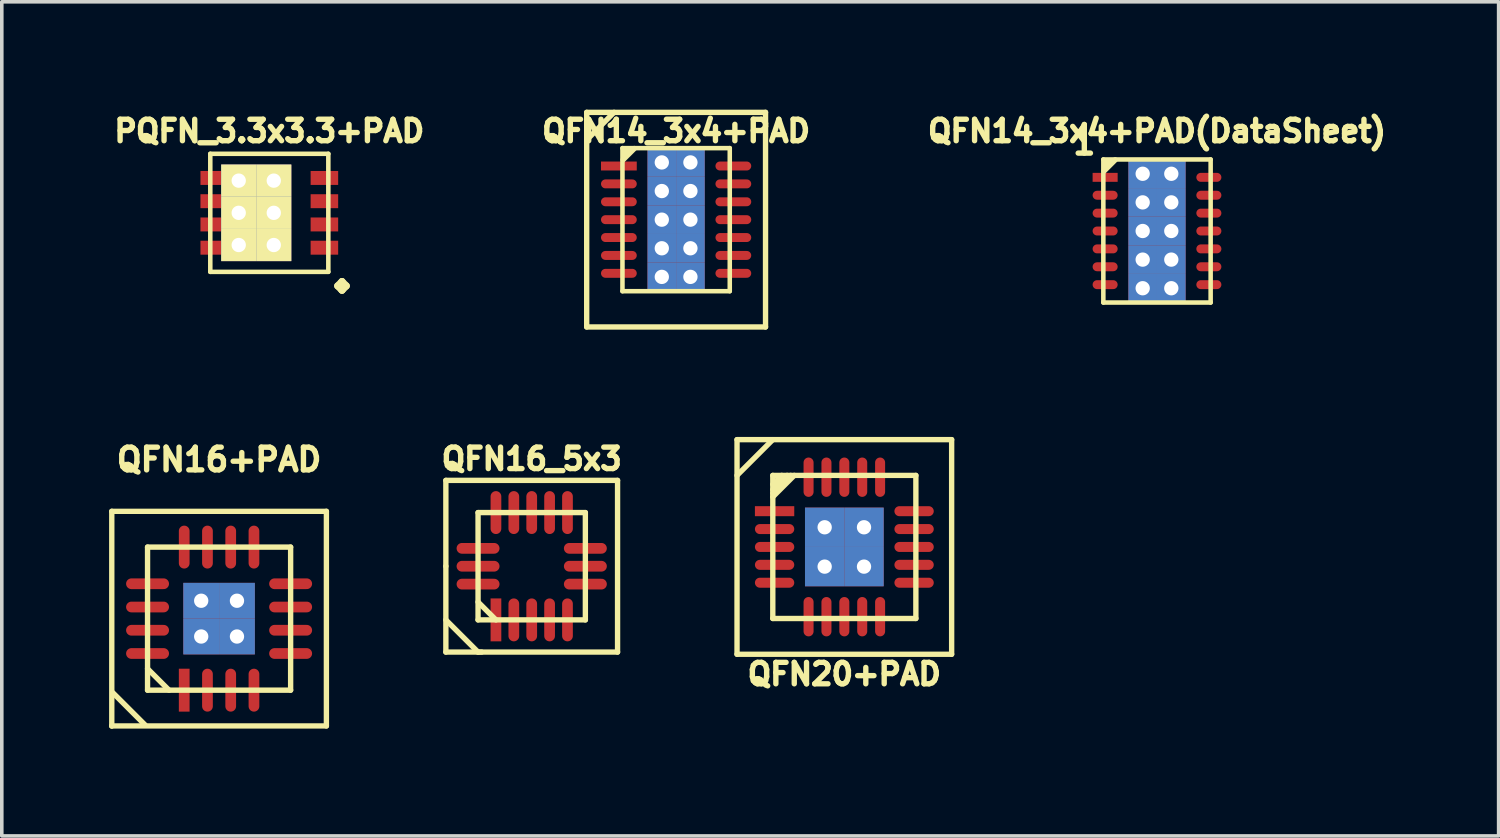
<source format=kicad_pcb>
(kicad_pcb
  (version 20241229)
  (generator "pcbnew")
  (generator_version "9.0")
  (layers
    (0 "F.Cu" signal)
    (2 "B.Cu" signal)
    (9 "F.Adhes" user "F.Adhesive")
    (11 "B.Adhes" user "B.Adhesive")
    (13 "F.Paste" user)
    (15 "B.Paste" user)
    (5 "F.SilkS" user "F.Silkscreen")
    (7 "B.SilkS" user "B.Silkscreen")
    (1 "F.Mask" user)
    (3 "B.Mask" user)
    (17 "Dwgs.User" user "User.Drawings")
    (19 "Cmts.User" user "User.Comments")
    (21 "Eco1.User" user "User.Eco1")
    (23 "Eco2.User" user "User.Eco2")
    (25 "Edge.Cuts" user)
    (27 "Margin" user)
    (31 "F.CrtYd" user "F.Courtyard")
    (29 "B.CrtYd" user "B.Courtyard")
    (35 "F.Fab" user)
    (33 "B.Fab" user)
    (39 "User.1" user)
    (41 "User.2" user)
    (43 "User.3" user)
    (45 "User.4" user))
  (footprint "QFN14_3x4+PAD(DataSheet)"
    (layer "F.Cu")
    (at 29.296 3.408)
    (property "Reference" "QFN14_3x4+PAD(DataSheet)" (at 0 -2.794 0) (layer "F.SilkS") (effects (font (size 0.6 0.6) (thickness 0.15))))
    (attr through_hole)
    (fp_line (start -1.5 -2) (end 1.5 -2) (stroke (width 0.127) (type solid)) (layer "F.SilkS"))
    (fp_line (start -1.5 2) (end -1.5 -2) (stroke (width 0.127) (type solid)) (layer "F.SilkS"))
    (fp_line (start -1.48 -1.678) (end -1.17 -1.988) (stroke (width 0.15) (type solid)) (layer "F.SilkS"))
    (fp_line (start -1.333 -1.968) (end -1.46 -1.841) (stroke (width 0.15) (type solid)) (layer "F.SilkS"))
    (fp_line (start 1.5 -2) (end 1.5 2) (stroke (width 0.127) (type solid)) (layer "F.SilkS"))
    (fp_line (start 1.5 2) (end -1.5 2) (stroke (width 0.127) (type solid)) (layer "F.SilkS"))
    (fp_text user "1" (at -2.032 -2.54 0) (layer "F.SilkS") (effects (font (size 0.8 0.6) (thickness 0.15))))
    (pad "1" smd rect (at -1.45 -1.5) (size 0.7 0.25) (layers "F.Cu" "F.Mask" "F.Paste"))
    (pad "2" smd oval (at -1.45 -1) (size 0.7 0.25) (layers "F.Cu" "F.Mask" "F.Paste"))
    (pad "3" smd oval (at -1.45 -0.5) (size 0.7 0.25) (layers "F.Cu" "F.Mask" "F.Paste"))
    (pad "4" smd oval (at -1.45 0) (size 0.7 0.25) (layers "F.Cu" "F.Mask" "F.Paste"))
    (pad "5" smd oval (at -1.45 0.5) (size 0.7 0.25) (layers "F.Cu" "F.Mask" "F.Paste"))
    (pad "6" smd oval (at -1.45 1) (size 0.7 0.25) (layers "F.Cu" "F.Mask" "F.Paste"))
    (pad "7" smd oval (at -1.45 1.5) (size 0.7 0.25) (layers "F.Cu" "F.Mask" "F.Paste"))
    (pad "8" smd oval (at 1.45 1.5) (size 0.7 0.25) (layers "F.Cu" "F.Mask" "F.Paste"))
    (pad "9" smd oval (at 1.45 1) (size 0.7 0.25) (layers "F.Cu" "F.Mask" "F.Paste"))
    (pad "10" smd oval (at 1.45 0.5) (size 0.7 0.25) (layers "F.Cu" "F.Mask" "F.Paste"))
    (pad "11" smd oval (at 1.45 0) (size 0.7 0.25) (layers "F.Cu" "F.Mask" "F.Paste"))
    (pad "12" smd oval (at 1.45 -0.5) (size 0.7 0.25) (layers "F.Cu" "F.Mask" "F.Paste"))
    (pad "13" smd oval (at 1.45 -1) (size 0.7 0.25) (layers "F.Cu" "F.Mask" "F.Paste"))
    (pad "14" smd oval (at 1.45 -1.5) (size 0.7 0.25) (layers "F.Cu" "F.Mask" "F.Paste"))
    (pad "PAD" thru_hole rect (at -0.4 -1.6) (size 0.8 0.8) (drill 0.4) (layers "*.Cu" "F.Mask" "F.Paste"))
    (pad "PAD" thru_hole rect (at -0.4 -0.8) (size 0.8 0.8) (drill 0.4) (layers "*.Cu" "F.Mask" "F.Paste"))
    (pad "PAD" thru_hole rect (at -0.4 0) (size 0.8 0.8) (drill 0.4) (layers "*.Cu" "F.Mask" "F.Paste"))
    (pad "PAD" thru_hole rect (at -0.4 0.8) (size 0.8 0.8) (drill 0.4) (layers "*.Cu" "F.Mask" "F.Paste"))
    (pad "PAD" thru_hole rect (at -0.4 1.6) (size 0.8 0.8) (drill 0.4) (layers "*.Cu" "F.Mask" "F.Paste"))
    (pad "PAD" thru_hole rect (at 0.4 -1.6) (size 0.8 0.8) (drill 0.4) (layers "*.Cu" "F.Mask" "F.Paste"))
    (pad "PAD" thru_hole rect (at 0.4 -0.8) (size 0.8 0.8) (drill 0.4) (layers "*.Cu" "F.Mask" "F.Paste"))
    (pad "PAD" thru_hole rect (at 0.4 0) (size 0.8 0.8) (drill 0.4) (layers "*.Cu" "F.Mask" "F.Paste"))
    (pad "PAD" thru_hole rect (at 0.4 0.8) (size 0.8 0.8) (drill 0.4) (layers "*.Cu" "F.Mask" "F.Paste"))
    (pad "PAD" thru_hole rect (at 0.4 1.6) (size 0.8 0.8) (drill 0.4) (layers "*.Cu" "F.Mask" "F.Paste")))
  (footprint "QFN14_3x4+PAD"
    (layer "F.Cu")
    (at 15.852 3.091)
    (property "Reference" "QFN14_3x4+PAD" (at 0 -2.477 0) (layer "F.SilkS") (effects (font (size 0.6 0.6) (thickness 0.15))))
    (attr through_hole)
    (fp_line (start -2.5 -3) (end -2.5 3) (stroke (width 0.15) (type solid)) (layer "F.SilkS"))
    (fp_line (start -2.5 -2.228) (end -1.735 -3) (stroke (width 0.15) (type solid)) (layer "F.SilkS"))
    (fp_line (start -1.5 -2) (end 1.5 -2) (stroke (width 0.127) (type solid)) (layer "F.SilkS"))
    (fp_line (start -1.5 2) (end -1.5 -2) (stroke (width 0.127) (type solid)) (layer "F.SilkS"))
    (fp_line (start -1.48 -1.678) (end -1.17 -1.988) (stroke (width 0.15) (type solid)) (layer "F.SilkS"))
    (fp_line (start -1.333 -1.968) (end -1.46 -1.841) (stroke (width 0.15) (type solid)) (layer "F.SilkS"))
    (fp_line (start 1.5 -2) (end 1.5 2) (stroke (width 0.127) (type solid)) (layer "F.SilkS"))
    (fp_line (start 1.5 2) (end -1.5 2) (stroke (width 0.127) (type solid)) (layer "F.SilkS"))
    (fp_line (start 2.5 -3) (end -2.5 -3) (stroke (width 0.15) (type solid)) (layer "F.SilkS"))
    (fp_line (start 2.5 -3) (end 2.5 3) (stroke (width 0.15) (type solid)) (layer "F.SilkS"))
    (fp_line (start 2.5 3) (end -2.5 3) (stroke (width 0.15) (type solid)) (layer "F.SilkS"))
    (pad "1" smd rect (at -1.6 -1.5) (size 1 0.25) (layers "F.Cu" "F.Mask" "F.Paste"))
    (pad "2" smd oval (at -1.6 -1) (size 1 0.25) (layers "F.Cu" "F.Mask" "F.Paste"))
    (pad "3" smd oval (at -1.6 -0.5) (size 1 0.25) (layers "F.Cu" "F.Mask" "F.Paste"))
    (pad "4" smd oval (at -1.6 0) (size 1 0.25) (layers "F.Cu" "F.Mask" "F.Paste"))
    (pad "5" smd oval (at -1.6 0.5) (size 1 0.25) (layers "F.Cu" "F.Mask" "F.Paste"))
    (pad "6" smd oval (at -1.6 1) (size 1 0.25) (layers "F.Cu" "F.Mask" "F.Paste"))
    (pad "7" smd oval (at -1.6 1.5) (size 1 0.25) (layers "F.Cu" "F.Mask" "F.Paste"))
    (pad "8" smd oval (at 1.6 1.5) (size 1 0.25) (layers "F.Cu" "F.Mask" "F.Paste"))
    (pad "9" smd oval (at 1.6 1) (size 1 0.25) (layers "F.Cu" "F.Mask" "F.Paste"))
    (pad "10" smd oval (at 1.6 0.5) (size 1 0.25) (layers "F.Cu" "F.Mask" "F.Paste"))
    (pad "11" smd oval (at 1.6 0) (size 1 0.25) (layers "F.Cu" "F.Mask" "F.Paste"))
    (pad "12" smd oval (at 1.6 -0.5) (size 1 0.25) (layers "F.Cu" "F.Mask" "F.Paste"))
    (pad "13" smd oval (at 1.6 -1) (size 1 0.25) (layers "F.Cu" "F.Mask" "F.Paste"))
    (pad "14" smd oval (at 1.6 -1.5) (size 1 0.25) (layers "F.Cu" "F.Mask" "F.Paste"))
    (pad "PAD" thru_hole rect (at -0.4 -1.6) (size 0.8 0.8) (drill 0.4) (layers "*.Cu" "F.Mask" "F.Paste"))
    (pad "PAD" thru_hole rect (at -0.4 -0.8) (size 0.8 0.8) (drill 0.4) (layers "*.Cu" "F.Mask" "F.Paste"))
    (pad "PAD" thru_hole rect (at -0.4 0) (size 0.8 0.8) (drill 0.4) (layers "*.Cu" "F.Mask" "F.Paste"))
    (pad "PAD" thru_hole rect (at -0.4 0.8) (size 0.8 0.8) (drill 0.4) (layers "*.Cu" "F.Mask" "F.Paste"))
    (pad "PAD" thru_hole rect (at -0.4 1.6) (size 0.8 0.8) (drill 0.4) (layers "*.Cu" "F.Mask" "F.Paste"))
    (pad "PAD" thru_hole rect (at 0.4 -1.6) (size 0.8 0.8) (drill 0.4) (layers "*.Cu" "F.Mask" "F.Paste"))
    (pad "PAD" thru_hole rect (at 0.4 -0.8) (size 0.8 0.8) (drill 0.4) (layers "*.Cu" "F.Mask" "F.Paste"))
    (pad "PAD" thru_hole rect (at 0.4 0) (size 0.8 0.8) (drill 0.4) (layers "*.Cu" "F.Mask" "F.Paste"))
    (pad "PAD" thru_hole rect (at 0.4 0.8) (size 0.8 0.8) (drill 0.4) (layers "*.Cu" "F.Mask" "F.Paste"))
    (pad "PAD" thru_hole rect (at 0.4 1.6) (size 0.8 0.8) (drill 0.4) (layers "*.Cu" "F.Mask" "F.Paste")))
  (footprint "QFN16+PAD"
    (layer "F.Cu")
    (at 3.075 14.245)
    (property "Reference" "QFN16+PAD" (at 0 -4.445 0) (layer "F.SilkS") (effects (font (size 0.635 0.635) (thickness 0.15))))
    (attr through_hole)
    (fp_line (start -3 -3) (end 3 -3) (stroke (width 0.15) (type solid)) (layer "F.SilkS"))
    (fp_line (start -3 3) (end -3 -3) (stroke (width 0.15) (type solid)) (layer "F.SilkS"))
    (fp_line (start -3 3) (end -3 3) (stroke (width 0.15) (type solid)) (layer "F.SilkS"))
    (fp_line (start -2.971 2.071) (end -2.071 2.971) (stroke (width 0.15) (type solid)) (layer "F.SilkS"))
    (fp_line (start -2 -2) (end 2 -2) (stroke (width 0.15) (type solid)) (layer "F.SilkS"))
    (fp_line (start -2 1.4) (end -1.4 2) (stroke (width 0.15) (type solid)) (layer "F.SilkS"))
    (fp_line (start -2 2) (end -2 -2) (stroke (width 0.15) (type solid)) (layer "F.SilkS"))
    (fp_line (start 2 -2) (end 2 2) (stroke (width 0.15) (type solid)) (layer "F.SilkS"))
    (fp_line (start 2 2) (end -2 2) (stroke (width 0.15) (type solid)) (layer "F.SilkS"))
    (fp_line (start 3 -3) (end 3 3) (stroke (width 0.15) (type solid)) (layer "F.SilkS"))
    (fp_line (start 3 3) (end -3 3) (stroke (width 0.15) (type solid)) (layer "F.SilkS"))
    (pad "1" smd rect (at -0.975 2 90) (size 1.2 0.3) (layers "F.Cu" "F.Mask" "F.Paste"))
    (pad "2" smd oval (at -0.325 2 90) (size 1.2 0.3) (layers "F.Cu" "F.Mask" "F.Paste"))
    (pad "3" smd oval (at 0.325 2 90) (size 1.2 0.3) (layers "F.Cu" "F.Mask" "F.Paste"))
    (pad "4" smd oval (at 0.975 2 90) (size 1.2 0.3) (layers "F.Cu" "F.Mask" "F.Paste"))
    (pad "5" smd oval (at 2 0.975) (size 1.2 0.3) (layers "F.Cu" "F.Mask" "F.Paste"))
    (pad "6" smd oval (at 2 0.325) (size 1.2 0.3) (layers "F.Cu" "F.Mask" "F.Paste"))
    (pad "7" smd oval (at 2 -0.325) (size 1.2 0.3) (layers "F.Cu" "F.Mask" "F.Paste"))
    (pad "8" smd oval (at 2 -0.975) (size 1.2 0.3) (layers "F.Cu" "F.Mask" "F.Paste"))
    (pad "9" smd oval (at 0.975 -2 90) (size 1.2 0.3) (layers "F.Cu" "F.Mask" "F.Paste"))
    (pad "10" smd oval (at 0.325 -2 90) (size 1.2 0.3) (layers "F.Cu" "F.Mask" "F.Paste"))
    (pad "11" smd oval (at -0.325 -2 90) (size 1.2 0.3) (layers "F.Cu" "F.Mask" "F.Paste"))
    (pad "12" smd oval (at -0.975 -2 90) (size 1.2 0.3) (layers "F.Cu" "F.Mask" "F.Paste"))
    (pad "13" smd oval (at -2 -0.975) (size 1.2 0.3) (layers "F.Cu" "F.Mask" "F.Paste"))
    (pad "14" smd oval (at -2 -0.325) (size 1.2 0.3) (layers "F.Cu" "F.Mask" "F.Paste"))
    (pad "15" smd oval (at -2 0.325) (size 1.2 0.3) (layers "F.Cu" "F.Mask" "F.Paste"))
    (pad "16" smd oval (at -2 0.975) (size 1.2 0.3) (layers "F.Cu" "F.Mask" "F.Paste"))
    (pad "PAD" thru_hole rect (at -0.5 -0.5) (size 1 1) (drill 0.4) (layers "*.Cu" "F.Mask" "F.Paste"))
    (pad "PAD" thru_hole rect (at -0.5 0.5) (size 1 1) (drill 0.4) (layers "*.Cu" "F.Mask" "F.Paste"))
    (pad "PAD" thru_hole rect (at 0.5 -0.5) (size 1 1) (drill 0.4) (layers "*.Cu" "F.Mask" "F.Paste"))
    (pad "PAD" thru_hole rect (at 0.5 0.5) (size 1 1) (drill 0.4) (layers "*.Cu" "F.Mask" "F.Paste")))
  (footprint "PQFN_3.3x3.3+PAD"
    (layer "F.Cu")
    (at 4.479 2.9)
    (property "Reference" "PQFN_3.3x3.3+PAD" (at 0 -2.286 0) (layer "F.SilkS") (effects (font (size 0.6 0.6) (thickness 0.15))))
    (attr through_hole)
    (fp_line (start -1.65 -1.65) (end 1.65 -1.65) (stroke (width 0.127) (type solid)) (layer "F.SilkS"))
    (fp_line (start -1.65 1.65) (end -1.65 -1.65) (stroke (width 0.127) (type solid)) (layer "F.SilkS"))
    (fp_line (start 1.65 -1.65) (end 1.65 1.65) (stroke (width 0.127) (type solid)) (layer "F.SilkS"))
    (fp_line (start 1.65 1.65) (end -1.65 1.65) (stroke (width 0.127) (type solid)) (layer "F.SilkS"))
    (fp_text user "." (at 2.032 1.016 0) (layer "F.SilkS") (effects (font (size 2.5 2.5) (thickness 0.2))))
    (pad "D" smd rect (at -1.54 -0.975) (size 0.77 0.39) (layers "F.Cu" "F.Mask" "F.Paste"))
    (pad "D" smd rect (at -1.54 -0.325) (size 0.77 0.39) (layers "F.Cu" "F.Mask" "F.Paste"))
    (pad "D" smd rect (at -1.54 0.325) (size 0.77 0.39) (layers "F.Cu" "F.Mask" "F.Paste"))
    (pad "D" smd rect (at -1.54 0.975) (size 0.77 0.39) (layers "F.Cu" "F.Mask" "F.Paste"))
    (pad "D" thru_hole rect (at -0.855 -0.9) (size 0.98 0.9) (drill 0.4) (layers "*.Cu" "F.Mask" "F.SilkS"))
    (pad "D" thru_hole rect (at -0.855 0) (size 0.98 0.9) (drill 0.4) (layers "*.Cu" "F.Mask" "F.SilkS"))
    (pad "D" thru_hole rect (at -0.855 0.9) (size 0.98 0.9) (drill 0.4) (layers "*.Cu" "F.Mask" "F.SilkS"))
    (pad "D" thru_hole rect (at 0.125 -0.9) (size 0.98 0.9) (drill 0.4) (layers "*.Cu" "F.Mask" "F.SilkS"))
    (pad "D" thru_hole rect (at 0.125 0) (size 0.98 0.9) (drill 0.4) (layers "*.Cu" "F.Mask" "F.SilkS"))
    (pad "D" thru_hole rect (at 0.125 0.9) (size 0.98 0.9) (drill 0.4) (layers "*.Cu" "F.Mask" "F.SilkS"))
    (pad "G" smd rect (at 1.54 -0.975) (size 0.77 0.39) (layers "F.Cu" "F.Mask" "F.Paste"))
    (pad "S" smd rect (at 1.54 -0.325) (size 0.77 0.39) (layers "F.Cu" "F.Mask" "F.Paste"))
    (pad "S" smd rect (at 1.54 0.325) (size 0.77 0.39) (layers "F.Cu" "F.Mask" "F.Paste"))
    (pad "S" smd rect (at 1.54 0.975) (size 0.77 0.39) (layers "F.Cu" "F.Mask" "F.Paste")))
  (footprint "QFN16_5x3"
    (layer "F.Cu")
    (at 11.815 12.78)
    (property "Reference" "QFN16_5x3" (at 0 -3 0) (layer "F.SilkS") (effects (font (size 0.6 0.6) (thickness 0.15))))
    (attr through_hole)
    (fp_line (start -2.4 -2.4) (end 2.4 -2.4) (stroke (width 0.15) (type solid)) (layer "F.SilkS"))
    (fp_line (start -2.4 0) (end -2.4 -2.4) (stroke (width 0.15) (type solid)) (layer "F.SilkS"))
    (fp_line (start -2.4 1.5) (end -1.5 2.4) (stroke (width 0.15) (type solid)) (layer "F.SilkS"))
    (fp_line (start -2.4 2.4) (end -2.4 0) (stroke (width 0.15) (type solid)) (layer "F.SilkS"))
    (fp_line (start -1.5 -1.5) (end 1.5 -1.5) (stroke (width 0.15) (type solid)) (layer "F.SilkS"))
    (fp_line (start -1.5 1) (end -1 1.5) (stroke (width 0.15) (type solid)) (layer "F.SilkS"))
    (fp_line (start -1.5 1.5) (end -1.5 -1.5) (stroke (width 0.15) (type solid)) (layer "F.SilkS"))
    (fp_line (start -1.5 2.4) (end -1.4 2.4) (stroke (width 0.15) (type solid)) (layer "F.SilkS"))
    (fp_line (start 1.5 -1.5) (end 1.5 1.5) (stroke (width 0.15) (type solid)) (layer "F.SilkS"))
    (fp_line (start 1.5 1.5) (end -1.5 1.5) (stroke (width 0.15) (type solid)) (layer "F.SilkS"))
    (fp_line (start 2.4 -2.4) (end 2.4 2.4) (stroke (width 0.15) (type solid)) (layer "F.SilkS"))
    (fp_line (start 2.4 2.4) (end -2.4 2.4) (stroke (width 0.15) (type solid)) (layer "F.SilkS"))
    (pad "1" smd rect (at -1 1.5 90) (size 1.2 0.3) (layers "F.Cu" "F.Mask" "F.Paste"))
    (pad "2" smd oval (at -0.5 1.5 90) (size 1.2 0.3) (layers "F.Cu" "F.Mask" "F.Paste"))
    (pad "3" smd oval (at 0 1.5 90) (size 1.2 0.3) (layers "F.Cu" "F.Mask" "F.Paste"))
    (pad "4" smd oval (at 0.5 1.5 90) (size 1.2 0.3) (layers "F.Cu" "F.Mask" "F.Paste"))
    (pad "5" smd oval (at 1 1.5 90) (size 1.2 0.3) (layers "F.Cu" "F.Mask" "F.Paste"))
    (pad "6" smd oval (at 1.5 0.5) (size 1.2 0.3) (layers "F.Cu" "F.Mask" "F.Paste"))
    (pad "7" smd oval (at 1.5 0) (size 1.2 0.3) (layers "F.Cu" "F.Mask" "F.Paste"))
    (pad "8" smd oval (at 1.5 -0.5) (size 1.2 0.3) (layers "F.Cu" "F.Mask" "F.Paste"))
    (pad "9" smd oval (at 1 -1.5 90) (size 1.2 0.3) (layers "F.Cu" "F.Mask" "F.Paste"))
    (pad "10" smd oval (at 0.5 -1.5 90) (size 1.2 0.3) (layers "F.Cu" "F.Mask" "F.Paste"))
    (pad "11" smd oval (at 0 -1.501 90) (size 1.199 0.3) (layers "F.Cu" "F.Mask" "F.Paste"))
    (pad "12" smd oval (at -0.5 -1.5 90) (size 1.2 0.3) (layers "F.Cu" "F.Mask" "F.Paste"))
    (pad "13" smd oval (at -1 -1.5 90) (size 1.2 0.3) (layers "F.Cu" "F.Mask" "F.Paste"))
    (pad "14" smd oval (at -1.5 -0.5) (size 1.2 0.3) (layers "F.Cu" "F.Mask" "F.Paste"))
    (pad "15" smd oval (at -1.5 0) (size 1.2 0.3) (layers "F.Cu" "F.Mask" "F.Paste"))
    (pad "16" smd oval (at -1.5 0.5) (size 1.2 0.3) (layers "F.Cu" "F.Mask" "F.Paste")))
  (footprint "QFN20+PAD"
    (layer "F.Cu")
    (at 20.555 12.241)
    (property "Reference" "QFN20+PAD" (at 0 3.556 0) (layer "F.SilkS") (effects (font (size 0.6 0.6) (thickness 0.15))))
    (attr through_hole)
    (fp_line (start -3 -3) (end -3 3) (stroke (width 0.15) (type solid)) (layer "F.SilkS"))
    (fp_line (start -3 -2) (end -2 -3) (stroke (width 0.15) (type solid)) (layer "F.SilkS"))
    (fp_line (start -3 3) (end 3 3) (stroke (width 0.15) (type solid)) (layer "F.SilkS"))
    (fp_line (start -2 -2) (end -2 2) (stroke (width 0.15) (type solid)) (layer "F.SilkS"))
    (fp_line (start -2 -1.75) (end -1.75 -2) (stroke (width 0.15) (type solid)) (layer "F.SilkS"))
    (fp_line (start -2 2) (end 2 2) (stroke (width 0.15) (type solid)) (layer "F.SilkS"))
    (fp_line (start -1.6 -2) (end -2 -1.6) (stroke (width 0.15) (type solid)) (layer "F.SilkS"))
    (fp_line (start -1.5 -2) (end -2 -1.5) (stroke (width 0.15) (type solid)) (layer "F.SilkS"))
    (fp_line (start -1.4 -2) (end -2 -1.4) (stroke (width 0.15) (type solid)) (layer "F.SilkS"))
    (fp_line (start 2 -2) (end -2 -2) (stroke (width 0.15) (type solid)) (layer "F.SilkS"))
    (fp_line (start 2 2) (end 2 -2) (stroke (width 0.15) (type solid)) (layer "F.SilkS"))
    (fp_line (start 3 -3) (end -3 -3) (stroke (width 0.15) (type solid)) (layer "F.SilkS"))
    (fp_line (start 3 3) (end 3 -3) (stroke (width 0.15) (type solid)) (layer "F.SilkS"))
    (pad "1" smd rect (at -1.95 -1) (size 1.1 0.28) (layers "F.Cu" "F.Mask" "F.Paste"))
    (pad "2" smd oval (at -1.95 -0.5) (size 1.1 0.28) (layers "F.Cu" "F.Mask" "F.Paste"))
    (pad "3" smd oval (at -1.95 0) (size 1.1 0.28) (layers "F.Cu" "F.Mask" "F.Paste"))
    (pad "4" smd oval (at -1.95 0.5) (size 1.1 0.28) (layers "F.Cu" "F.Mask" "F.Paste"))
    (pad "5" smd oval (at -1.95 1) (size 1.1 0.28) (layers "F.Cu" "F.Mask" "F.Paste"))
    (pad "6" smd oval (at -1 1.95 90) (size 1.1 0.28) (layers "F.Cu" "F.Mask" "F.Paste"))
    (pad "7" smd oval (at -0.5 1.95 90) (size 1.1 0.28) (layers "F.Cu" "F.Mask" "F.Paste"))
    (pad "8" smd oval (at 0 1.95 90) (size 1.1 0.28) (layers "F.Cu" "F.Mask" "F.Paste"))
    (pad "9" smd oval (at 0.5 1.95 90) (size 1.1 0.28) (layers "F.Cu" "F.Mask" "F.Paste"))
    (pad "10" smd oval (at 1 1.95 90) (size 1.1 0.28) (layers "F.Cu" "F.Mask" "F.Paste"))
    (pad "11" smd oval (at 1.95 1 180) (size 1.1 0.28) (layers "F.Cu" "F.Mask" "F.Paste"))
    (pad "12" smd oval (at 1.95 0.5 180) (size 1.1 0.28) (layers "F.Cu" "F.Mask" "F.Paste"))
    (pad "13" smd oval (at 1.95 0 180) (size 1.1 0.28) (layers "F.Cu" "F.Mask" "F.Paste"))
    (pad "14" smd oval (at 1.95 -0.5 180) (size 1.1 0.28) (layers "F.Cu" "F.Mask" "F.Paste"))
    (pad "15" smd oval (at 1.95 -1 180) (size 1.1 0.28) (layers "F.Cu" "F.Mask" "F.Paste"))
    (pad "16" smd oval (at 1 -1.95 90) (size 1.1 0.28) (layers "F.Cu" "F.Mask" "F.Paste"))
    (pad "17" smd oval (at 0.5 -1.95 90) (size 1.1 0.28) (layers "F.Cu" "F.Mask" "F.Paste"))
    (pad "18" smd oval (at 0 -1.95 90) (size 1.1 0.28) (layers "F.Cu" "F.Mask" "F.Paste"))
    (pad "19" smd oval (at -0.5 -1.95 90) (size 1.1 0.28) (layers "F.Cu" "F.Mask" "F.Paste"))
    (pad "20" smd oval (at -1 -1.95 90) (size 1.1 0.28) (layers "F.Cu" "F.Mask" "F.Paste"))
    (pad "PAD" thru_hole rect (at -0.55 -0.55) (size 1.1 1.1) (drill 0.4) (layers "*.Cu" "F.Mask"))
    (pad "PAD" thru_hole rect (at -0.55 0.55) (size 1.1 1.1) (drill 0.4) (layers "*.Cu" "F.Mask"))
    (pad "PAD" thru_hole rect (at 0.55 -0.55) (size 1.1 1.1) (drill 0.4) (layers "*.Cu" "F.Mask"))
    (pad "PAD" thru_hole rect (at 0.55 0.55) (size 1.1 1.1) (drill 0.4) (layers "*.Cu" "F.Mask")))
  (gr_rect
    (start -3 -3)
    (end 38.847 20.32)
    (stroke (width 0.1) (type default))
    (fill no)
    (layer "Edge.Cuts")))
</source>
